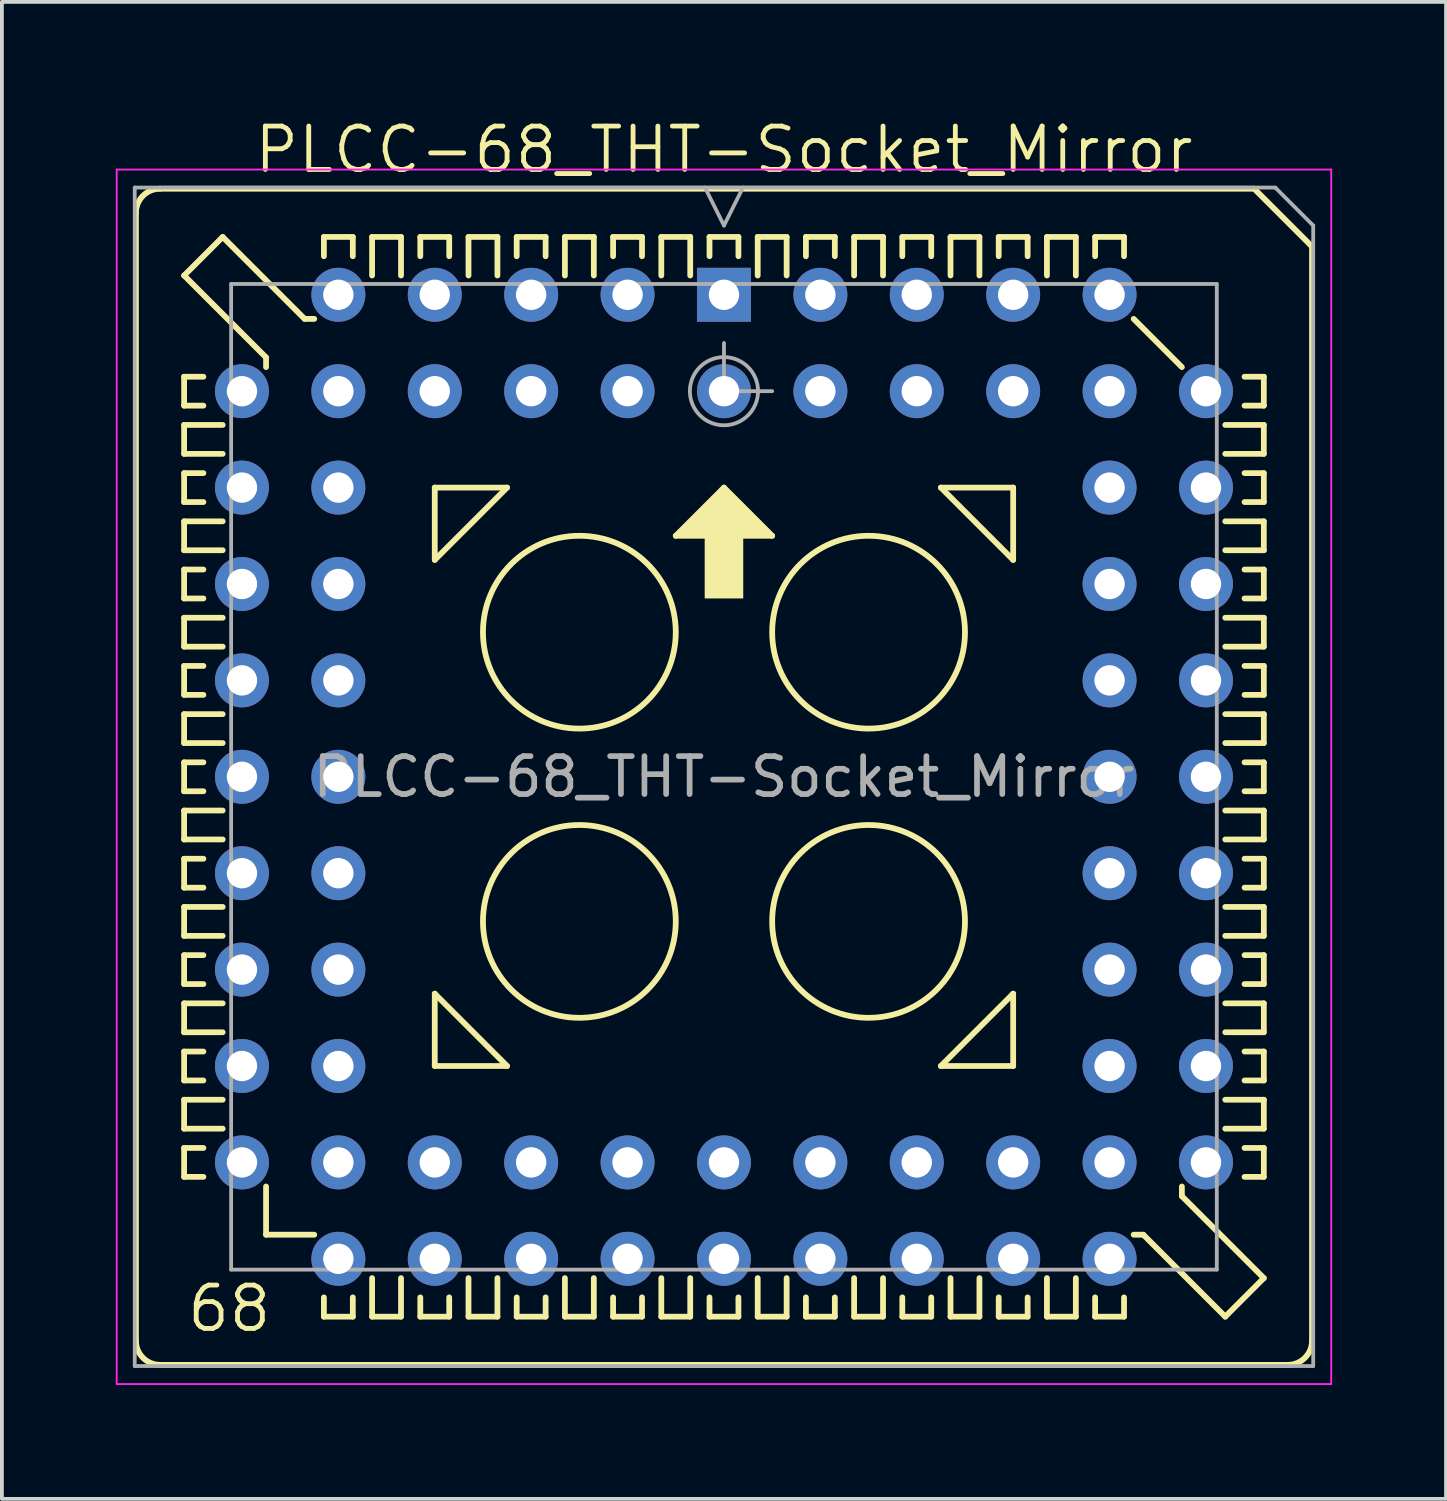
<source format=kicad_pcb>
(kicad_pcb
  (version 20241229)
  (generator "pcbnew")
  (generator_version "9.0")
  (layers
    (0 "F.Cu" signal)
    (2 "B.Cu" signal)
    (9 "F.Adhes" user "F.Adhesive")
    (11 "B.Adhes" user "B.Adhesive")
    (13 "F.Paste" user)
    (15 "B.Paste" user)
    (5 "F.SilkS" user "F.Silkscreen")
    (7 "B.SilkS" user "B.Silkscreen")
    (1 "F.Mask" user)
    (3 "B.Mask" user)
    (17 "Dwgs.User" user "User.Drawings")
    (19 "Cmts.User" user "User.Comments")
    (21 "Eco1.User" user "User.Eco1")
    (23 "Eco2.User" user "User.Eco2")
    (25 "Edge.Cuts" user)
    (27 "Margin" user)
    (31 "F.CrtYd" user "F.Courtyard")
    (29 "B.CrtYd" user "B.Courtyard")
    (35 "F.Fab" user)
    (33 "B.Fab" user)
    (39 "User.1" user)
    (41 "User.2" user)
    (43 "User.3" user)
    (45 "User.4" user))
  (footprint "PLCC-68_THT-Socket_Mirror"
    (layer "F.Cu")
    (at 16.025 4.717)
    (property "Reference" "PLCC-68_THT-Socket_Mirror" (at 0 -3.825 0) (layer "F.SilkS") (effects (font (size 1.143 1.143) (thickness 0.127))))
    (attr through_hole)
    (fp_line (start -15.494 -2.159) (end -15.494 27.559) (stroke (width 0.152) (type solid)) (layer "F.SilkS"))
    (fp_line (start -14.859 -2.794) (end 13.97 -2.794) (stroke (width 0.152) (type solid)) (layer "F.SilkS"))
    (fp_line (start -14.224 -0.508) (end -13.208 -1.524) (stroke (width 0.152) (type solid)) (layer "F.SilkS"))
    (fp_line (start -14.224 2.159) (end -14.224 2.921) (stroke (width 0.152) (type solid)) (layer "F.SilkS"))
    (fp_line (start -14.224 2.921) (end -13.716 2.921) (stroke (width 0.152) (type solid)) (layer "F.SilkS"))
    (fp_line (start -14.224 3.429) (end -13.208 3.429) (stroke (width 0.152) (type solid)) (layer "F.SilkS"))
    (fp_line (start -14.224 4.191) (end -14.224 3.429) (stroke (width 0.152) (type solid)) (layer "F.SilkS"))
    (fp_line (start -14.224 4.699) (end -13.716 4.699) (stroke (width 0.152) (type solid)) (layer "F.SilkS"))
    (fp_line (start -14.224 5.461) (end -14.224 4.699) (stroke (width 0.152) (type solid)) (layer "F.SilkS"))
    (fp_line (start -14.224 5.969) (end -13.208 5.969) (stroke (width 0.152) (type solid)) (layer "F.SilkS"))
    (fp_line (start -14.224 6.731) (end -14.224 5.969) (stroke (width 0.152) (type solid)) (layer "F.SilkS"))
    (fp_line (start -14.224 7.239) (end -14.224 8.001) (stroke (width 0.152) (type solid)) (layer "F.SilkS"))
    (fp_line (start -14.224 8.001) (end -13.716 8.001) (stroke (width 0.152) (type solid)) (layer "F.SilkS"))
    (fp_line (start -14.224 8.509) (end -14.224 9.271) (stroke (width 0.152) (type solid)) (layer "F.SilkS"))
    (fp_line (start -14.224 9.271) (end -13.208 9.271) (stroke (width 0.152) (type solid)) (layer "F.SilkS"))
    (fp_line (start -14.224 9.779) (end -14.224 10.541) (stroke (width 0.152) (type solid)) (layer "F.SilkS"))
    (fp_line (start -14.224 10.541) (end -13.716 10.541) (stroke (width 0.152) (type solid)) (layer "F.SilkS"))
    (fp_line (start -14.224 11.049) (end -14.224 11.811) (stroke (width 0.152) (type solid)) (layer "F.SilkS"))
    (fp_line (start -14.224 11.811) (end -13.208 11.811) (stroke (width 0.152) (type solid)) (layer "F.SilkS"))
    (fp_line (start -14.224 12.319) (end -14.224 13.081) (stroke (width 0.152) (type solid)) (layer "F.SilkS"))
    (fp_line (start -14.224 13.081) (end -13.716 13.081) (stroke (width 0.152) (type solid)) (layer "F.SilkS"))
    (fp_line (start -14.224 13.589) (end -14.224 14.351) (stroke (width 0.152) (type solid)) (layer "F.SilkS"))
    (fp_line (start -14.224 14.351) (end -13.208 14.351) (stroke (width 0.152) (type solid)) (layer "F.SilkS"))
    (fp_line (start -14.224 14.859) (end -13.716 14.859) (stroke (width 0.152) (type solid)) (layer "F.SilkS"))
    (fp_line (start -14.224 15.621) (end -14.224 14.859) (stroke (width 0.152) (type solid)) (layer "F.SilkS"))
    (fp_line (start -14.224 16.129) (end -13.208 16.129) (stroke (width 0.152) (type solid)) (layer "F.SilkS"))
    (fp_line (start -14.224 16.891) (end -14.224 16.129) (stroke (width 0.152) (type solid)) (layer "F.SilkS"))
    (fp_line (start -14.224 17.399) (end -13.716 17.399) (stroke (width 0.152) (type solid)) (layer "F.SilkS"))
    (fp_line (start -14.224 18.161) (end -14.224 17.399) (stroke (width 0.152) (type solid)) (layer "F.SilkS"))
    (fp_line (start -14.224 18.669) (end -13.208 18.669) (stroke (width 0.152) (type solid)) (layer "F.SilkS"))
    (fp_line (start -14.224 19.431) (end -14.224 18.669) (stroke (width 0.152) (type solid)) (layer "F.SilkS"))
    (fp_line (start -14.224 19.939) (end -14.224 20.701) (stroke (width 0.152) (type solid)) (layer "F.SilkS"))
    (fp_line (start -14.224 20.701) (end -13.716 20.701) (stroke (width 0.152) (type solid)) (layer "F.SilkS"))
    (fp_line (start -14.224 21.209) (end -13.208 21.209) (stroke (width 0.152) (type solid)) (layer "F.SilkS"))
    (fp_line (start -14.224 21.971) (end -14.224 21.209) (stroke (width 0.152) (type solid)) (layer "F.SilkS"))
    (fp_line (start -14.224 22.479) (end -13.716 22.479) (stroke (width 0.152) (type solid)) (layer "F.SilkS"))
    (fp_line (start -14.224 23.241) (end -14.224 22.479) (stroke (width 0.152) (type solid)) (layer "F.SilkS"))
    (fp_line (start -13.716 2.159) (end -14.224 2.159) (stroke (width 0.152) (type solid)) (layer "F.SilkS"))
    (fp_line (start -13.716 5.461) (end -14.224 5.461) (stroke (width 0.152) (type solid)) (layer "F.SilkS"))
    (fp_line (start -13.716 7.239) (end -14.224 7.239) (stroke (width 0.152) (type solid)) (layer "F.SilkS"))
    (fp_line (start -13.716 9.779) (end -14.224 9.779) (stroke (width 0.152) (type solid)) (layer "F.SilkS"))
    (fp_line (start -13.716 12.319) (end -14.224 12.319) (stroke (width 0.152) (type solid)) (layer "F.SilkS"))
    (fp_line (start -13.716 15.621) (end -14.224 15.621) (stroke (width 0.152) (type solid)) (layer "F.SilkS"))
    (fp_line (start -13.716 18.161) (end -14.224 18.161) (stroke (width 0.152) (type solid)) (layer "F.SilkS"))
    (fp_line (start -13.716 19.939) (end -14.224 19.939) (stroke (width 0.152) (type solid)) (layer "F.SilkS"))
    (fp_line (start -13.716 23.241) (end -14.224 23.241) (stroke (width 0.152) (type solid)) (layer "F.SilkS"))
    (fp_line (start -13.208 -1.524) (end -11.049 0.635) (stroke (width 0.152) (type solid)) (layer "F.SilkS"))
    (fp_line (start -13.208 4.191) (end -14.224 4.191) (stroke (width 0.152) (type solid)) (layer "F.SilkS"))
    (fp_line (start -13.208 6.731) (end -14.224 6.731) (stroke (width 0.152) (type solid)) (layer "F.SilkS"))
    (fp_line (start -13.208 8.509) (end -14.224 8.509) (stroke (width 0.152) (type solid)) (layer "F.SilkS"))
    (fp_line (start -13.208 11.049) (end -14.224 11.049) (stroke (width 0.152) (type solid)) (layer "F.SilkS"))
    (fp_line (start -13.208 13.589) (end -14.224 13.589) (stroke (width 0.152) (type solid)) (layer "F.SilkS"))
    (fp_line (start -13.208 16.891) (end -14.224 16.891) (stroke (width 0.152) (type solid)) (layer "F.SilkS"))
    (fp_line (start -13.208 19.431) (end -14.224 19.431) (stroke (width 0.152) (type solid)) (layer "F.SilkS"))
    (fp_line (start -13.208 21.971) (end -14.224 21.971) (stroke (width 0.152) (type solid)) (layer "F.SilkS"))
    (fp_line (start -12.065 1.651) (end -14.224 -0.508) (stroke (width 0.152) (type solid)) (layer "F.SilkS"))
    (fp_line (start -12.065 1.651) (end -12.065 1.905) (stroke (width 0.152) (type solid)) (layer "F.SilkS"))
    (fp_line (start -12.065 24.765) (end -12.065 23.495) (stroke (width 0.152) (type solid)) (layer "F.SilkS"))
    (fp_line (start -12.065 24.765) (end -10.795 24.765) (stroke (width 0.152) (type solid)) (layer "F.SilkS"))
    (fp_line (start -10.795 0.635) (end -11.049 0.635) (stroke (width 0.152) (type solid)) (layer "F.SilkS"))
    (fp_line (start -10.541 -1.524) (end -9.779 -1.524) (stroke (width 0.152) (type solid)) (layer "F.SilkS"))
    (fp_line (start -10.541 -1.016) (end -10.541 -1.524) (stroke (width 0.152) (type solid)) (layer "F.SilkS"))
    (fp_line (start -10.541 26.924) (end -10.541 26.416) (stroke (width 0.152) (type solid)) (layer "F.SilkS"))
    (fp_line (start -9.779 -1.524) (end -9.779 -1.016) (stroke (width 0.152) (type solid)) (layer "F.SilkS"))
    (fp_line (start -9.779 26.416) (end -9.779 26.924) (stroke (width 0.152) (type solid)) (layer "F.SilkS"))
    (fp_line (start -9.779 26.924) (end -10.541 26.924) (stroke (width 0.152) (type solid)) (layer "F.SilkS"))
    (fp_line (start -9.271 -1.524) (end -8.509 -1.524) (stroke (width 0.152) (type solid)) (layer "F.SilkS"))
    (fp_line (start -9.271 -0.508) (end -9.271 -1.524) (stroke (width 0.152) (type solid)) (layer "F.SilkS"))
    (fp_line (start -9.271 26.924) (end -9.271 25.908) (stroke (width 0.152) (type solid)) (layer "F.SilkS"))
    (fp_line (start -8.509 -1.524) (end -8.509 -0.508) (stroke (width 0.152) (type solid)) (layer "F.SilkS"))
    (fp_line (start -8.509 25.908) (end -8.509 26.924) (stroke (width 0.152) (type solid)) (layer "F.SilkS"))
    (fp_line (start -8.509 26.924) (end -9.271 26.924) (stroke (width 0.152) (type solid)) (layer "F.SilkS"))
    (fp_line (start -8.001 -1.524) (end -8.001 -1.016) (stroke (width 0.152) (type solid)) (layer "F.SilkS"))
    (fp_line (start -8.001 26.924) (end -8.001 26.416) (stroke (width 0.152) (type solid)) (layer "F.SilkS"))
    (fp_line (start -7.62 5.08) (end -7.62 6.985) (stroke (width 0.152) (type solid)) (layer "F.SilkS"))
    (fp_line (start -7.62 6.985) (end -5.715 5.08) (stroke (width 0.152) (type solid)) (layer "F.SilkS"))
    (fp_line (start -7.62 18.415) (end -5.715 20.32) (stroke (width 0.152) (type solid)) (layer "F.SilkS"))
    (fp_line (start -7.62 20.32) (end -7.62 18.415) (stroke (width 0.152) (type solid)) (layer "F.SilkS"))
    (fp_line (start -7.239 -1.524) (end -8.001 -1.524) (stroke (width 0.152) (type solid)) (layer "F.SilkS"))
    (fp_line (start -7.239 -1.016) (end -7.239 -1.524) (stroke (width 0.152) (type solid)) (layer "F.SilkS"))
    (fp_line (start -7.239 26.416) (end -7.239 26.924) (stroke (width 0.152) (type solid)) (layer "F.SilkS"))
    (fp_line (start -7.239 26.924) (end -8.001 26.924) (stroke (width 0.152) (type solid)) (layer "F.SilkS"))
    (fp_line (start -6.731 -1.524) (end -5.969 -1.524) (stroke (width 0.152) (type solid)) (layer "F.SilkS"))
    (fp_line (start -6.731 -0.508) (end -6.731 -1.524) (stroke (width 0.152) (type solid)) (layer "F.SilkS"))
    (fp_line (start -6.731 26.924) (end -6.731 25.908) (stroke (width 0.152) (type solid)) (layer "F.SilkS"))
    (fp_line (start -5.969 -1.524) (end -5.969 -0.508) (stroke (width 0.152) (type solid)) (layer "F.SilkS"))
    (fp_line (start -5.969 25.908) (end -5.969 26.924) (stroke (width 0.152) (type solid)) (layer "F.SilkS"))
    (fp_line (start -5.969 26.924) (end -6.731 26.924) (stroke (width 0.152) (type solid)) (layer "F.SilkS"))
    (fp_line (start -5.715 5.08) (end -7.62 5.08) (stroke (width 0.152) (type solid)) (layer "F.SilkS"))
    (fp_line (start -5.715 20.32) (end -7.62 20.32) (stroke (width 0.152) (type solid)) (layer "F.SilkS"))
    (fp_line (start -5.461 -1.524) (end -4.699 -1.524) (stroke (width 0.152) (type solid)) (layer "F.SilkS"))
    (fp_line (start -5.461 -1.016) (end -5.461 -1.524) (stroke (width 0.152) (type solid)) (layer "F.SilkS"))
    (fp_line (start -5.461 26.924) (end -5.461 26.416) (stroke (width 0.152) (type solid)) (layer "F.SilkS"))
    (fp_line (start -4.699 -1.524) (end -4.699 -1.016) (stroke (width 0.152) (type solid)) (layer "F.SilkS"))
    (fp_line (start -4.699 26.416) (end -4.699 26.924) (stroke (width 0.152) (type solid)) (layer "F.SilkS"))
    (fp_line (start -4.699 26.924) (end -5.461 26.924) (stroke (width 0.152) (type solid)) (layer "F.SilkS"))
    (fp_line (start -4.191 -1.524) (end -3.429 -1.524) (stroke (width 0.152) (type solid)) (layer "F.SilkS"))
    (fp_line (start -4.191 -0.508) (end -4.191 -1.524) (stroke (width 0.152) (type solid)) (layer "F.SilkS"))
    (fp_line (start -4.191 26.924) (end -4.191 25.908) (stroke (width 0.152) (type solid)) (layer "F.SilkS"))
    (fp_line (start -3.429 -1.524) (end -3.429 -0.508) (stroke (width 0.152) (type solid)) (layer "F.SilkS"))
    (fp_line (start -3.429 25.908) (end -3.429 26.924) (stroke (width 0.152) (type solid)) (layer "F.SilkS"))
    (fp_line (start -3.429 26.924) (end -4.191 26.924) (stroke (width 0.152) (type solid)) (layer "F.SilkS"))
    (fp_line (start -2.921 -1.524) (end -2.159 -1.524) (stroke (width 0.152) (type solid)) (layer "F.SilkS"))
    (fp_line (start -2.921 -1.016) (end -2.921 -1.524) (stroke (width 0.152) (type solid)) (layer "F.SilkS"))
    (fp_line (start -2.921 26.924) (end -2.921 26.416) (stroke (width 0.152) (type solid)) (layer "F.SilkS"))
    (fp_line (start -2.159 -1.524) (end -2.159 -1.016) (stroke (width 0.152) (type solid)) (layer "F.SilkS"))
    (fp_line (start -2.159 26.416) (end -2.159 26.924) (stroke (width 0.152) (type solid)) (layer "F.SilkS"))
    (fp_line (start -2.159 26.924) (end -2.921 26.924) (stroke (width 0.152) (type solid)) (layer "F.SilkS"))
    (fp_line (start -1.651 -1.524) (end -0.889 -1.524) (stroke (width 0.152) (type solid)) (layer "F.SilkS"))
    (fp_line (start -1.651 -0.508) (end -1.651 -1.524) (stroke (width 0.152) (type solid)) (layer "F.SilkS"))
    (fp_line (start -1.651 26.924) (end -1.651 25.908) (stroke (width 0.152) (type solid)) (layer "F.SilkS"))
    (fp_line (start -1.27 6.35) (end 1.27 6.35) (stroke (width 0.152) (type solid)) (layer "F.SilkS"))
    (fp_line (start -0.889 -1.524) (end -0.889 -0.508) (stroke (width 0.152) (type solid)) (layer "F.SilkS"))
    (fp_line (start -0.889 25.908) (end -0.889 26.924) (stroke (width 0.152) (type solid)) (layer "F.SilkS"))
    (fp_line (start -0.889 26.924) (end -1.651 26.924) (stroke (width 0.152) (type solid)) (layer "F.SilkS"))
    (fp_line (start -0.381 -1.524) (end 0.381 -1.524) (stroke (width 0.152) (type solid)) (layer "F.SilkS"))
    (fp_line (start -0.381 -1.016) (end -0.381 -1.524) (stroke (width 0.152) (type solid)) (layer "F.SilkS"))
    (fp_line (start -0.381 26.924) (end -0.381 26.416) (stroke (width 0.152) (type solid)) (layer "F.SilkS"))
    (fp_line (start 0 5.08) (end -1.27 6.35) (stroke (width 0.152) (type solid)) (layer "F.SilkS"))
    (fp_line (start 0 5.08) (end 1.27 6.35) (stroke (width 0.152) (type solid)) (layer "F.SilkS"))
    (fp_line (start 0.381 -1.524) (end 0.381 -1.016) (stroke (width 0.152) (type solid)) (layer "F.SilkS"))
    (fp_line (start 0.381 26.416) (end 0.381 26.924) (stroke (width 0.152) (type solid)) (layer "F.SilkS"))
    (fp_line (start 0.381 26.924) (end -0.381 26.924) (stroke (width 0.152) (type solid)) (layer "F.SilkS"))
    (fp_line (start 0.889 -1.524) (end 1.651 -1.524) (stroke (width 0.152) (type solid)) (layer "F.SilkS"))
    (fp_line (start 0.889 -0.508) (end 0.889 -1.524) (stroke (width 0.152) (type solid)) (layer "F.SilkS"))
    (fp_line (start 0.889 26.924) (end 0.889 25.908) (stroke (width 0.152) (type solid)) (layer "F.SilkS"))
    (fp_line (start 1.651 -1.524) (end 1.651 -0.508) (stroke (width 0.152) (type solid)) (layer "F.SilkS"))
    (fp_line (start 1.651 25.908) (end 1.651 26.924) (stroke (width 0.152) (type solid)) (layer "F.SilkS"))
    (fp_line (start 1.651 26.924) (end 0.889 26.924) (stroke (width 0.152) (type solid)) (layer "F.SilkS"))
    (fp_line (start 2.159 -1.524) (end 2.921 -1.524) (stroke (width 0.152) (type solid)) (layer "F.SilkS"))
    (fp_line (start 2.159 -1.016) (end 2.159 -1.524) (stroke (width 0.152) (type solid)) (layer "F.SilkS"))
    (fp_line (start 2.159 26.924) (end 2.159 26.416) (stroke (width 0.152) (type solid)) (layer "F.SilkS"))
    (fp_line (start 2.921 -1.524) (end 2.921 -1.016) (stroke (width 0.152) (type solid)) (layer "F.SilkS"))
    (fp_line (start 2.921 26.416) (end 2.921 26.924) (stroke (width 0.152) (type solid)) (layer "F.SilkS"))
    (fp_line (start 2.921 26.924) (end 2.159 26.924) (stroke (width 0.152) (type solid)) (layer "F.SilkS"))
    (fp_line (start 3.429 -1.524) (end 4.191 -1.524) (stroke (width 0.152) (type solid)) (layer "F.SilkS"))
    (fp_line (start 3.429 -0.508) (end 3.429 -1.524) (stroke (width 0.152) (type solid)) (layer "F.SilkS"))
    (fp_line (start 3.429 26.924) (end 3.429 25.908) (stroke (width 0.152) (type solid)) (layer "F.SilkS"))
    (fp_line (start 4.191 -1.524) (end 4.191 -0.508) (stroke (width 0.152) (type solid)) (layer "F.SilkS"))
    (fp_line (start 4.191 25.908) (end 4.191 26.924) (stroke (width 0.152) (type solid)) (layer "F.SilkS"))
    (fp_line (start 4.191 26.924) (end 3.429 26.924) (stroke (width 0.152) (type solid)) (layer "F.SilkS"))
    (fp_line (start 4.699 -1.524) (end 5.461 -1.524) (stroke (width 0.152) (type solid)) (layer "F.SilkS"))
    (fp_line (start 4.699 -1.016) (end 4.699 -1.524) (stroke (width 0.152) (type solid)) (layer "F.SilkS"))
    (fp_line (start 4.699 26.924) (end 4.699 26.416) (stroke (width 0.152) (type solid)) (layer "F.SilkS"))
    (fp_line (start 5.461 -1.524) (end 5.461 -1.016) (stroke (width 0.152) (type solid)) (layer "F.SilkS"))
    (fp_line (start 5.461 26.416) (end 5.461 26.924) (stroke (width 0.152) (type solid)) (layer "F.SilkS"))
    (fp_line (start 5.461 26.924) (end 4.699 26.924) (stroke (width 0.152) (type solid)) (layer "F.SilkS"))
    (fp_line (start 5.715 5.08) (end 7.62 6.985) (stroke (width 0.152) (type solid)) (layer "F.SilkS"))
    (fp_line (start 5.969 -1.524) (end 6.731 -1.524) (stroke (width 0.152) (type solid)) (layer "F.SilkS"))
    (fp_line (start 5.969 -0.508) (end 5.969 -1.524) (stroke (width 0.152) (type solid)) (layer "F.SilkS"))
    (fp_line (start 5.969 26.924) (end 5.969 25.908) (stroke (width 0.152) (type solid)) (layer "F.SilkS"))
    (fp_line (start 6.731 -1.524) (end 6.731 -0.508) (stroke (width 0.152) (type solid)) (layer "F.SilkS"))
    (fp_line (start 6.731 25.908) (end 6.731 26.924) (stroke (width 0.152) (type solid)) (layer "F.SilkS"))
    (fp_line (start 6.731 26.924) (end 5.969 26.924) (stroke (width 0.152) (type solid)) (layer "F.SilkS"))
    (fp_line (start 7.239 -1.524) (end 8.001 -1.524) (stroke (width 0.152) (type solid)) (layer "F.SilkS"))
    (fp_line (start 7.239 -1.016) (end 7.239 -1.524) (stroke (width 0.152) (type solid)) (layer "F.SilkS"))
    (fp_line (start 7.239 26.416) (end 7.239 26.924) (stroke (width 0.152) (type solid)) (layer "F.SilkS"))
    (fp_line (start 7.239 26.924) (end 8.001 26.924) (stroke (width 0.152) (type solid)) (layer "F.SilkS"))
    (fp_line (start 7.62 5.08) (end 5.715 5.08) (stroke (width 0.152) (type solid)) (layer "F.SilkS"))
    (fp_line (start 7.62 6.985) (end 7.62 5.08) (stroke (width 0.152) (type solid)) (layer "F.SilkS"))
    (fp_line (start 7.62 18.415) (end 5.715 20.32) (stroke (width 0.152) (type solid)) (layer "F.SilkS"))
    (fp_line (start 7.62 20.32) (end 5.715 20.32) (stroke (width 0.152) (type solid)) (layer "F.SilkS"))
    (fp_line (start 7.62 20.32) (end 7.62 18.415) (stroke (width 0.152) (type solid)) (layer "F.SilkS"))
    (fp_line (start 8.001 -1.524) (end 8.001 -1.016) (stroke (width 0.152) (type solid)) (layer "F.SilkS"))
    (fp_line (start 8.001 26.924) (end 8.001 26.416) (stroke (width 0.152) (type solid)) (layer "F.SilkS"))
    (fp_line (start 8.509 -1.524) (end 9.271 -1.524) (stroke (width 0.152) (type solid)) (layer "F.SilkS"))
    (fp_line (start 8.509 -0.508) (end 8.509 -1.524) (stroke (width 0.152) (type solid)) (layer "F.SilkS"))
    (fp_line (start 8.509 26.924) (end 8.509 25.908) (stroke (width 0.152) (type solid)) (layer "F.SilkS"))
    (fp_line (start 9.271 -1.524) (end 9.271 -0.508) (stroke (width 0.152) (type solid)) (layer "F.SilkS"))
    (fp_line (start 9.271 25.908) (end 9.271 26.924) (stroke (width 0.152) (type solid)) (layer "F.SilkS"))
    (fp_line (start 9.271 26.924) (end 8.509 26.924) (stroke (width 0.152) (type solid)) (layer "F.SilkS"))
    (fp_line (start 9.779 -1.524) (end 10.541 -1.524) (stroke (width 0.152) (type solid)) (layer "F.SilkS"))
    (fp_line (start 9.779 -1.016) (end 9.779 -1.524) (stroke (width 0.152) (type solid)) (layer "F.SilkS"))
    (fp_line (start 9.779 26.924) (end 9.779 26.416) (stroke (width 0.152) (type solid)) (layer "F.SilkS"))
    (fp_line (start 10.541 -1.524) (end 10.541 -1.016) (stroke (width 0.152) (type solid)) (layer "F.SilkS"))
    (fp_line (start 10.541 26.416) (end 10.541 26.924) (stroke (width 0.152) (type solid)) (layer "F.SilkS"))
    (fp_line (start 10.541 26.924) (end 9.779 26.924) (stroke (width 0.152) (type solid)) (layer "F.SilkS"))
    (fp_line (start 11.049 24.765) (end 10.795 24.765) (stroke (width 0.152) (type solid)) (layer "F.SilkS"))
    (fp_line (start 11.049 24.765) (end 13.208 26.924) (stroke (width 0.152) (type solid)) (layer "F.SilkS"))
    (fp_line (start 12.065 1.905) (end 10.795 0.635) (stroke (width 0.152) (type solid)) (layer "F.SilkS"))
    (fp_line (start 12.065 23.495) (end 12.065 23.749) (stroke (width 0.152) (type solid)) (layer "F.SilkS"))
    (fp_line (start 13.208 3.429) (end 14.224 3.429) (stroke (width 0.152) (type solid)) (layer "F.SilkS"))
    (fp_line (start 13.208 5.969) (end 14.224 5.969) (stroke (width 0.152) (type solid)) (layer "F.SilkS"))
    (fp_line (start 13.208 8.509) (end 14.224 8.509) (stroke (width 0.152) (type solid)) (layer "F.SilkS"))
    (fp_line (start 13.208 11.811) (end 14.224 11.811) (stroke (width 0.152) (type solid)) (layer "F.SilkS"))
    (fp_line (start 13.208 14.351) (end 14.224 14.351) (stroke (width 0.152) (type solid)) (layer "F.SilkS"))
    (fp_line (start 13.208 16.891) (end 14.224 16.891) (stroke (width 0.152) (type solid)) (layer "F.SilkS"))
    (fp_line (start 13.208 18.669) (end 14.224 18.669) (stroke (width 0.152) (type solid)) (layer "F.SilkS"))
    (fp_line (start 13.208 21.209) (end 14.224 21.209) (stroke (width 0.152) (type solid)) (layer "F.SilkS"))
    (fp_line (start 13.208 26.924) (end 14.224 25.908) (stroke (width 0.152) (type solid)) (layer "F.SilkS"))
    (fp_line (start 13.716 2.159) (end 14.224 2.159) (stroke (width 0.152) (type solid)) (layer "F.SilkS"))
    (fp_line (start 13.716 5.461) (end 14.224 5.461) (stroke (width 0.152) (type solid)) (layer "F.SilkS"))
    (fp_line (start 13.716 7.239) (end 14.224 7.239) (stroke (width 0.152) (type solid)) (layer "F.SilkS"))
    (fp_line (start 13.716 9.779) (end 14.224 9.779) (stroke (width 0.152) (type solid)) (layer "F.SilkS"))
    (fp_line (start 13.716 13.081) (end 14.224 13.081) (stroke (width 0.152) (type solid)) (layer "F.SilkS"))
    (fp_line (start 13.716 15.621) (end 14.224 15.621) (stroke (width 0.152) (type solid)) (layer "F.SilkS"))
    (fp_line (start 13.716 18.161) (end 14.224 18.161) (stroke (width 0.152) (type solid)) (layer "F.SilkS"))
    (fp_line (start 13.716 19.939) (end 14.224 19.939) (stroke (width 0.152) (type solid)) (layer "F.SilkS"))
    (fp_line (start 13.716 23.241) (end 14.224 23.241) (stroke (width 0.152) (type solid)) (layer "F.SilkS"))
    (fp_line (start 14.224 2.159) (end 14.224 2.921) (stroke (width 0.152) (type solid)) (layer "F.SilkS"))
    (fp_line (start 14.224 2.921) (end 13.716 2.921) (stroke (width 0.152) (type solid)) (layer "F.SilkS"))
    (fp_line (start 14.224 3.429) (end 14.224 4.191) (stroke (width 0.152) (type solid)) (layer "F.SilkS"))
    (fp_line (start 14.224 4.191) (end 13.208 4.191) (stroke (width 0.152) (type solid)) (layer "F.SilkS"))
    (fp_line (start 14.224 4.699) (end 13.716 4.699) (stroke (width 0.152) (type solid)) (layer "F.SilkS"))
    (fp_line (start 14.224 5.461) (end 14.224 4.699) (stroke (width 0.152) (type solid)) (layer "F.SilkS"))
    (fp_line (start 14.224 5.969) (end 14.224 6.731) (stroke (width 0.152) (type solid)) (layer "F.SilkS"))
    (fp_line (start 14.224 6.731) (end 13.208 6.731) (stroke (width 0.152) (type solid)) (layer "F.SilkS"))
    (fp_line (start 14.224 7.239) (end 14.224 8.001) (stroke (width 0.152) (type solid)) (layer "F.SilkS"))
    (fp_line (start 14.224 8.001) (end 13.716 8.001) (stroke (width 0.152) (type solid)) (layer "F.SilkS"))
    (fp_line (start 14.224 8.509) (end 14.224 9.271) (stroke (width 0.152) (type solid)) (layer "F.SilkS"))
    (fp_line (start 14.224 9.271) (end 13.208 9.271) (stroke (width 0.152) (type solid)) (layer "F.SilkS"))
    (fp_line (start 14.224 9.779) (end 14.224 10.541) (stroke (width 0.152) (type solid)) (layer "F.SilkS"))
    (fp_line (start 14.224 10.541) (end 13.716 10.541) (stroke (width 0.152) (type solid)) (layer "F.SilkS"))
    (fp_line (start 14.224 11.049) (end 13.208 11.049) (stroke (width 0.152) (type solid)) (layer "F.SilkS"))
    (fp_line (start 14.224 11.811) (end 14.224 11.049) (stroke (width 0.152) (type solid)) (layer "F.SilkS"))
    (fp_line (start 14.224 12.319) (end 13.716 12.319) (stroke (width 0.152) (type solid)) (layer "F.SilkS"))
    (fp_line (start 14.224 13.081) (end 14.224 12.319) (stroke (width 0.152) (type solid)) (layer "F.SilkS"))
    (fp_line (start 14.224 13.589) (end 13.208 13.589) (stroke (width 0.152) (type solid)) (layer "F.SilkS"))
    (fp_line (start 14.224 14.351) (end 14.224 13.589) (stroke (width 0.152) (type solid)) (layer "F.SilkS"))
    (fp_line (start 14.224 14.859) (end 13.716 14.859) (stroke (width 0.152) (type solid)) (layer "F.SilkS"))
    (fp_line (start 14.224 15.621) (end 14.224 14.859) (stroke (width 0.152) (type solid)) (layer "F.SilkS"))
    (fp_line (start 14.224 16.129) (end 13.208 16.129) (stroke (width 0.152) (type solid)) (layer "F.SilkS"))
    (fp_line (start 14.224 16.891) (end 14.224 16.129) (stroke (width 0.152) (type solid)) (layer "F.SilkS"))
    (fp_line (start 14.224 17.399) (end 13.716 17.399) (stroke (width 0.152) (type solid)) (layer "F.SilkS"))
    (fp_line (start 14.224 18.161) (end 14.224 17.399) (stroke (width 0.152) (type solid)) (layer "F.SilkS"))
    (fp_line (start 14.224 18.669) (end 14.224 19.431) (stroke (width 0.152) (type solid)) (layer "F.SilkS"))
    (fp_line (start 14.224 19.431) (end 13.208 19.431) (stroke (width 0.152) (type solid)) (layer "F.SilkS"))
    (fp_line (start 14.224 19.939) (end 14.224 20.701) (stroke (width 0.152) (type solid)) (layer "F.SilkS"))
    (fp_line (start 14.224 20.701) (end 13.716 20.701) (stroke (width 0.152) (type solid)) (layer "F.SilkS"))
    (fp_line (start 14.224 21.209) (end 14.224 21.971) (stroke (width 0.152) (type solid)) (layer "F.SilkS"))
    (fp_line (start 14.224 21.971) (end 13.208 21.971) (stroke (width 0.152) (type solid)) (layer "F.SilkS"))
    (fp_line (start 14.224 22.479) (end 13.716 22.479) (stroke (width 0.152) (type solid)) (layer "F.SilkS"))
    (fp_line (start 14.224 23.241) (end 14.224 22.479) (stroke (width 0.152) (type solid)) (layer "F.SilkS"))
    (fp_line (start 14.224 25.908) (end 12.065 23.749) (stroke (width 0.152) (type solid)) (layer "F.SilkS"))
    (fp_line (start 14.859 28.194) (end -14.859 28.194) (stroke (width 0.152) (type solid)) (layer "F.SilkS"))
    (fp_line (start 15.494 -1.27) (end 13.97 -2.794) (stroke (width 0.152) (type solid)) (layer "F.SilkS"))
    (fp_line (start 15.494 -1.27) (end 15.494 27.559) (stroke (width 0.152) (type solid)) (layer "F.SilkS"))
    (fp_arc (start -15.494 -2.159) (mid -15.308013 -2.608013) (end -14.859 -2.794) (stroke (width 0.1524) (type default)) (layer "F.SilkS"))
    (fp_arc (start -14.859 28.194) (mid -15.308013 28.008013) (end -15.494 27.559) (stroke (width 0.1524) (type default)) (layer "F.SilkS"))
    (fp_arc (start 15.494 27.559) (mid 15.308013 28.008013) (end 14.859 28.194) (stroke (width 0.1524) (type default)) (layer "F.SilkS"))
    (fp_circle (center -3.81 8.89) (end -6.35 8.89) (stroke (width 0.152) (type default)) (fill no) (layer "F.SilkS"))
    (fp_circle (center -3.81 16.51) (end -6.35 16.51) (stroke (width 0.152) (type default)) (fill no) (layer "F.SilkS"))
    (fp_circle (center 3.81 8.89) (end 1.27 8.89) (stroke (width 0.152) (type default)) (fill no) (layer "F.SilkS"))
    (fp_circle (center 3.81 16.51) (end 1.27 16.51) (stroke (width 0.152) (type default)) (fill no) (layer "F.SilkS"))
    (fp_poly (pts (xy 1.27 6.35) (xy 0 5.08) (xy -1.27 6.35)) (stroke (width 0.1) (type solid)) (fill yes) (layer "F.SilkS"))
    (fp_poly (pts (xy -0.508 6.35) (xy 0.508 6.35) (xy 0.508 8.001) (xy -0.508 8.001)) (stroke (width 0) (type solid)) (fill yes) (layer "F.SilkS"))
    (fp_line (start -16 -3.3) (end -16 28.7) (stroke (width 0.05) (type solid)) (layer "F.CrtYd"))
    (fp_line (start -16 28.7) (end 16 28.7) (stroke (width 0.05) (type solid)) (layer "F.CrtYd"))
    (fp_line (start 16 -3.3) (end -16 -3.3) (stroke (width 0.05) (type solid)) (layer "F.CrtYd"))
    (fp_line (start 16 28.7) (end 16 -3.3) (stroke (width 0.05) (type solid)) (layer "F.CrtYd"))
    (fp_line (start -15.525 -2.825) (end 14.525 -2.825) (stroke (width 0.1) (type solid)) (layer "F.Fab"))
    (fp_line (start -15.525 28.225) (end -15.525 -2.825) (stroke (width 0.1) (type solid)) (layer "F.Fab"))
    (fp_line (start -12.985 -0.285) (end 12.985 -0.285) (stroke (width 0.1) (type solid)) (layer "F.Fab"))
    (fp_line (start -12.985 25.685) (end -12.985 -0.285) (stroke (width 0.1) (type solid)) (layer "F.Fab"))
    (fp_line (start 0 -1.825) (end -0.5 -2.825) (stroke (width 0.1) (type solid)) (layer "F.Fab"))
    (fp_line (start 0 1.27) (end 0 2.54) (stroke (width 0.1) (type default)) (layer "F.Fab"))
    (fp_line (start 0 2.54) (end 1.27 2.54) (stroke (width 0.1) (type default)) (layer "F.Fab"))
    (fp_line (start 0.5 -2.825) (end 0 -1.825) (stroke (width 0.1) (type solid)) (layer "F.Fab"))
    (fp_line (start 12.985 -0.285) (end 12.985 25.685) (stroke (width 0.1) (type solid)) (layer "F.Fab"))
    (fp_line (start 12.985 25.685) (end -12.985 25.685) (stroke (width 0.1) (type solid)) (layer "F.Fab"))
    (fp_line (start 14.525 -2.825) (end 15.525 -1.825) (stroke (width 0.1) (type solid)) (layer "F.Fab"))
    (fp_line (start 15.525 -1.825) (end 15.525 28.225) (stroke (width 0.1) (type solid)) (layer "F.Fab"))
    (fp_line (start 15.525 28.225) (end -15.525 28.225) (stroke (width 0.1) (type solid)) (layer "F.Fab"))
    (fp_circle (center 0 2.54) (end -0.635 3.175) (stroke (width 0.1) (type default)) (fill no) (layer "F.Fab"))
    (fp_text user "68" (at -11.862 27.381 0) (unlocked yes) (layer "F.SilkS") (effects (font (size 1.143 1.143) (thickness 0.127)) (justify right bottom)))
    (fp_text user "${REFERENCE}" (at 0 12.7 0) (layer "F.Fab") (effects (font (size 1 1) (thickness 0.15))))
    (pad "1" thru_hole rect (at 0 0) (size 1.422 1.422) (drill 0.8) (layers "*.Cu" "*.Mask"))
    (pad "2" thru_hole circle (at 0 2.54) (size 1.422 1.422) (drill 0.8) (layers "*.Cu" "*.Mask"))
    (pad "3" thru_hole circle (at 2.54 0) (size 1.422 1.422) (drill 0.8) (layers "*.Cu" "*.Mask"))
    (pad "4" thru_hole circle (at 2.54 2.54) (size 1.422 1.422) (drill 0.8) (layers "*.Cu" "*.Mask"))
    (pad "5" thru_hole circle (at 5.08 0) (size 1.422 1.422) (drill 0.8) (layers "*.Cu" "*.Mask"))
    (pad "6" thru_hole circle (at 5.08 2.54) (size 1.422 1.422) (drill 0.8) (layers "*.Cu" "*.Mask"))
    (pad "7" thru_hole circle (at 7.62 0) (size 1.422 1.422) (drill 0.8) (layers "*.Cu" "*.Mask"))
    (pad "8" thru_hole circle (at 7.62 2.54) (size 1.422 1.422) (drill 0.8) (layers "*.Cu" "*.Mask"))
    (pad "9" thru_hole circle (at 10.16 0) (size 1.422 1.422) (drill 0.8) (layers "*.Cu" "*.Mask"))
    (pad "10" thru_hole circle (at 12.7 2.54) (size 1.422 1.422) (drill 0.8) (layers "*.Cu" "*.Mask"))
    (pad "11" thru_hole circle (at 10.16 2.54) (size 1.422 1.422) (drill 0.8) (layers "*.Cu" "*.Mask"))
    (pad "12" thru_hole circle (at 12.7 5.08) (size 1.422 1.422) (drill 0.8) (layers "*.Cu" "*.Mask"))
    (pad "13" thru_hole circle (at 10.16 5.08) (size 1.422 1.422) (drill 0.8) (layers "*.Cu" "*.Mask"))
    (pad "14" thru_hole circle (at 12.7 7.62) (size 1.422 1.422) (drill 0.8) (layers "*.Cu" "*.Mask"))
    (pad "15" thru_hole circle (at 10.16 7.62) (size 1.422 1.422) (drill 0.8) (layers "*.Cu" "*.Mask"))
    (pad "16" thru_hole circle (at 12.7 10.16) (size 1.422 1.422) (drill 0.8) (layers "*.Cu" "*.Mask"))
    (pad "17" thru_hole circle (at 10.16 10.16) (size 1.422 1.422) (drill 0.8) (layers "*.Cu" "*.Mask"))
    (pad "18" thru_hole circle (at 12.7 12.7) (size 1.422 1.422) (drill 0.8) (layers "*.Cu" "*.Mask"))
    (pad "19" thru_hole circle (at 10.16 12.7) (size 1.422 1.422) (drill 0.8) (layers "*.Cu" "*.Mask"))
    (pad "20" thru_hole circle (at 12.7 15.24) (size 1.422 1.422) (drill 0.8) (layers "*.Cu" "*.Mask"))
    (pad "21" thru_hole circle (at 10.16 15.24) (size 1.422 1.422) (drill 0.8) (layers "*.Cu" "*.Mask"))
    (pad "22" thru_hole circle (at 12.7 17.78) (size 1.422 1.422) (drill 0.8) (layers "*.Cu" "*.Mask"))
    (pad "23" thru_hole circle (at 10.16 17.78) (size 1.422 1.422) (drill 0.8) (layers "*.Cu" "*.Mask"))
    (pad "24" thru_hole circle (at 12.7 20.32) (size 1.422 1.422) (drill 0.8) (layers "*.Cu" "*.Mask"))
    (pad "25" thru_hole circle (at 10.16 20.32) (size 1.422 1.422) (drill 0.8) (layers "*.Cu" "*.Mask"))
    (pad "26" thru_hole circle (at 12.7 22.86) (size 1.422 1.422) (drill 0.8) (layers "*.Cu" "*.Mask"))
    (pad "27" thru_hole circle (at 10.16 25.4) (size 1.422 1.422) (drill 0.8) (layers "*.Cu" "*.Mask"))
    (pad "28" thru_hole circle (at 10.16 22.86) (size 1.422 1.422) (drill 0.8) (layers "*.Cu" "*.Mask"))
    (pad "29" thru_hole circle (at 7.62 25.4) (size 1.422 1.422) (drill 0.8) (layers "*.Cu" "*.Mask"))
    (pad "30" thru_hole circle (at 7.62 22.86) (size 1.422 1.422) (drill 0.8) (layers "*.Cu" "*.Mask"))
    (pad "31" thru_hole circle (at 5.08 25.4) (size 1.422 1.422) (drill 0.8) (layers "*.Cu" "*.Mask"))
    (pad "32" thru_hole circle (at 5.08 22.86) (size 1.422 1.422) (drill 0.8) (layers "*.Cu" "*.Mask"))
    (pad "33" thru_hole circle (at 2.54 25.4) (size 1.422 1.422) (drill 0.8) (layers "*.Cu" "*.Mask"))
    (pad "34" thru_hole circle (at 2.54 22.86) (size 1.422 1.422) (drill 0.8) (layers "*.Cu" "*.Mask"))
    (pad "35" thru_hole circle (at 0 25.4) (size 1.422 1.422) (drill 0.8) (layers "*.Cu" "*.Mask"))
    (pad "36" thru_hole circle (at 0 22.86) (size 1.422 1.422) (drill 0.8) (layers "*.Cu" "*.Mask"))
    (pad "37" thru_hole circle (at -2.54 25.4) (size 1.422 1.422) (drill 0.8) (layers "*.Cu" "*.Mask"))
    (pad "38" thru_hole circle (at -2.54 22.86) (size 1.422 1.422) (drill 0.8) (layers "*.Cu" "*.Mask"))
    (pad "39" thru_hole circle (at -5.08 25.4) (size 1.422 1.422) (drill 0.8) (layers "*.Cu" "*.Mask"))
    (pad "40" thru_hole circle (at -5.08 22.86) (size 1.422 1.422) (drill 0.8) (layers "*.Cu" "*.Mask"))
    (pad "41" thru_hole circle (at -7.62 25.4) (size 1.422 1.422) (drill 0.8) (layers "*.Cu" "*.Mask"))
    (pad "42" thru_hole circle (at -7.62 22.86) (size 1.422 1.422) (drill 0.8) (layers "*.Cu" "*.Mask"))
    (pad "43" thru_hole circle (at -10.16 25.4) (size 1.422 1.422) (drill 0.8) (layers "*.Cu" "*.Mask"))
    (pad "44" thru_hole circle (at -12.7 22.86) (size 1.422 1.422) (drill 0.8) (layers "*.Cu" "*.Mask"))
    (pad "45" thru_hole circle (at -10.16 22.86) (size 1.422 1.422) (drill 0.8) (layers "*.Cu" "*.Mask"))
    (pad "46" thru_hole circle (at -12.7 20.32) (size 1.422 1.422) (drill 0.8) (layers "*.Cu" "*.Mask"))
    (pad "47" thru_hole circle (at -10.16 20.32) (size 1.422 1.422) (drill 0.8) (layers "*.Cu" "*.Mask"))
    (pad "48" thru_hole circle (at -12.7 17.78) (size 1.422 1.422) (drill 0.8) (layers "*.Cu" "*.Mask"))
    (pad "49" thru_hole circle (at -10.16 17.78) (size 1.422 1.422) (drill 0.8) (layers "*.Cu" "*.Mask"))
    (pad "50" thru_hole circle (at -12.7 15.24) (size 1.422 1.422) (drill 0.8) (layers "*.Cu" "*.Mask"))
    (pad "51" thru_hole circle (at -10.16 15.24) (size 1.422 1.422) (drill 0.8) (layers "*.Cu" "*.Mask"))
    (pad "52" thru_hole circle (at -12.7 12.7) (size 1.422 1.422) (drill 0.8) (layers "*.Cu" "*.Mask"))
    (pad "53" thru_hole circle (at -10.16 12.7) (size 1.422 1.422) (drill 0.8) (layers "*.Cu" "*.Mask"))
    (pad "54" thru_hole circle (at -12.7 10.16) (size 1.422 1.422) (drill 0.8) (layers "*.Cu" "*.Mask"))
    (pad "55" thru_hole circle (at -10.16 10.16) (size 1.422 1.422) (drill 0.8) (layers "*.Cu" "*.Mask"))
    (pad "56" thru_hole circle (at -12.7 7.62) (size 1.422 1.422) (drill 0.8) (layers "*.Cu" "*.Mask"))
    (pad "57" thru_hole circle (at -10.16 7.62) (size 1.422 1.422) (drill 0.8) (layers "*.Cu" "*.Mask"))
    (pad "58" thru_hole circle (at -12.7 5.08) (size 1.422 1.422) (drill 0.8) (layers "*.Cu" "*.Mask"))
    (pad "59" thru_hole circle (at -10.16 5.08) (size 1.422 1.422) (drill 0.8) (layers "*.Cu" "*.Mask"))
    (pad "60" thru_hole circle (at -12.7 2.54) (size 1.422 1.422) (drill 0.8) (layers "*.Cu" "*.Mask"))
    (pad "61" thru_hole circle (at -10.16 0) (size 1.422 1.422) (drill 0.8) (layers "*.Cu" "*.Mask"))
    (pad "62" thru_hole circle (at -10.16 2.54) (size 1.422 1.422) (drill 0.8) (layers "*.Cu" "*.Mask"))
    (pad "63" thru_hole circle (at -7.62 0) (size 1.422 1.422) (drill 0.8) (layers "*.Cu" "*.Mask"))
    (pad "64" thru_hole circle (at -7.62 2.54) (size 1.422 1.422) (drill 0.8) (layers "*.Cu" "*.Mask"))
    (pad "65" thru_hole circle (at -5.08 0) (size 1.422 1.422) (drill 0.8) (layers "*.Cu" "*.Mask"))
    (pad "66" thru_hole circle (at -5.08 2.54) (size 1.422 1.422) (drill 0.8) (layers "*.Cu" "*.Mask"))
    (pad "67" thru_hole circle (at -2.54 0) (size 1.422 1.422) (drill 0.8) (layers "*.Cu" "*.Mask"))
    (pad "68" thru_hole circle (at -2.54 2.54) (size 1.422 1.422) (drill 0.8) (layers "*.Cu" "*.Mask")))
  (gr_rect
    (start -3 -3)
    (end 35.05 36.442)
    (stroke (width 0.1) (type default))
    (fill no)
    (layer "Edge.Cuts")))
</source>
